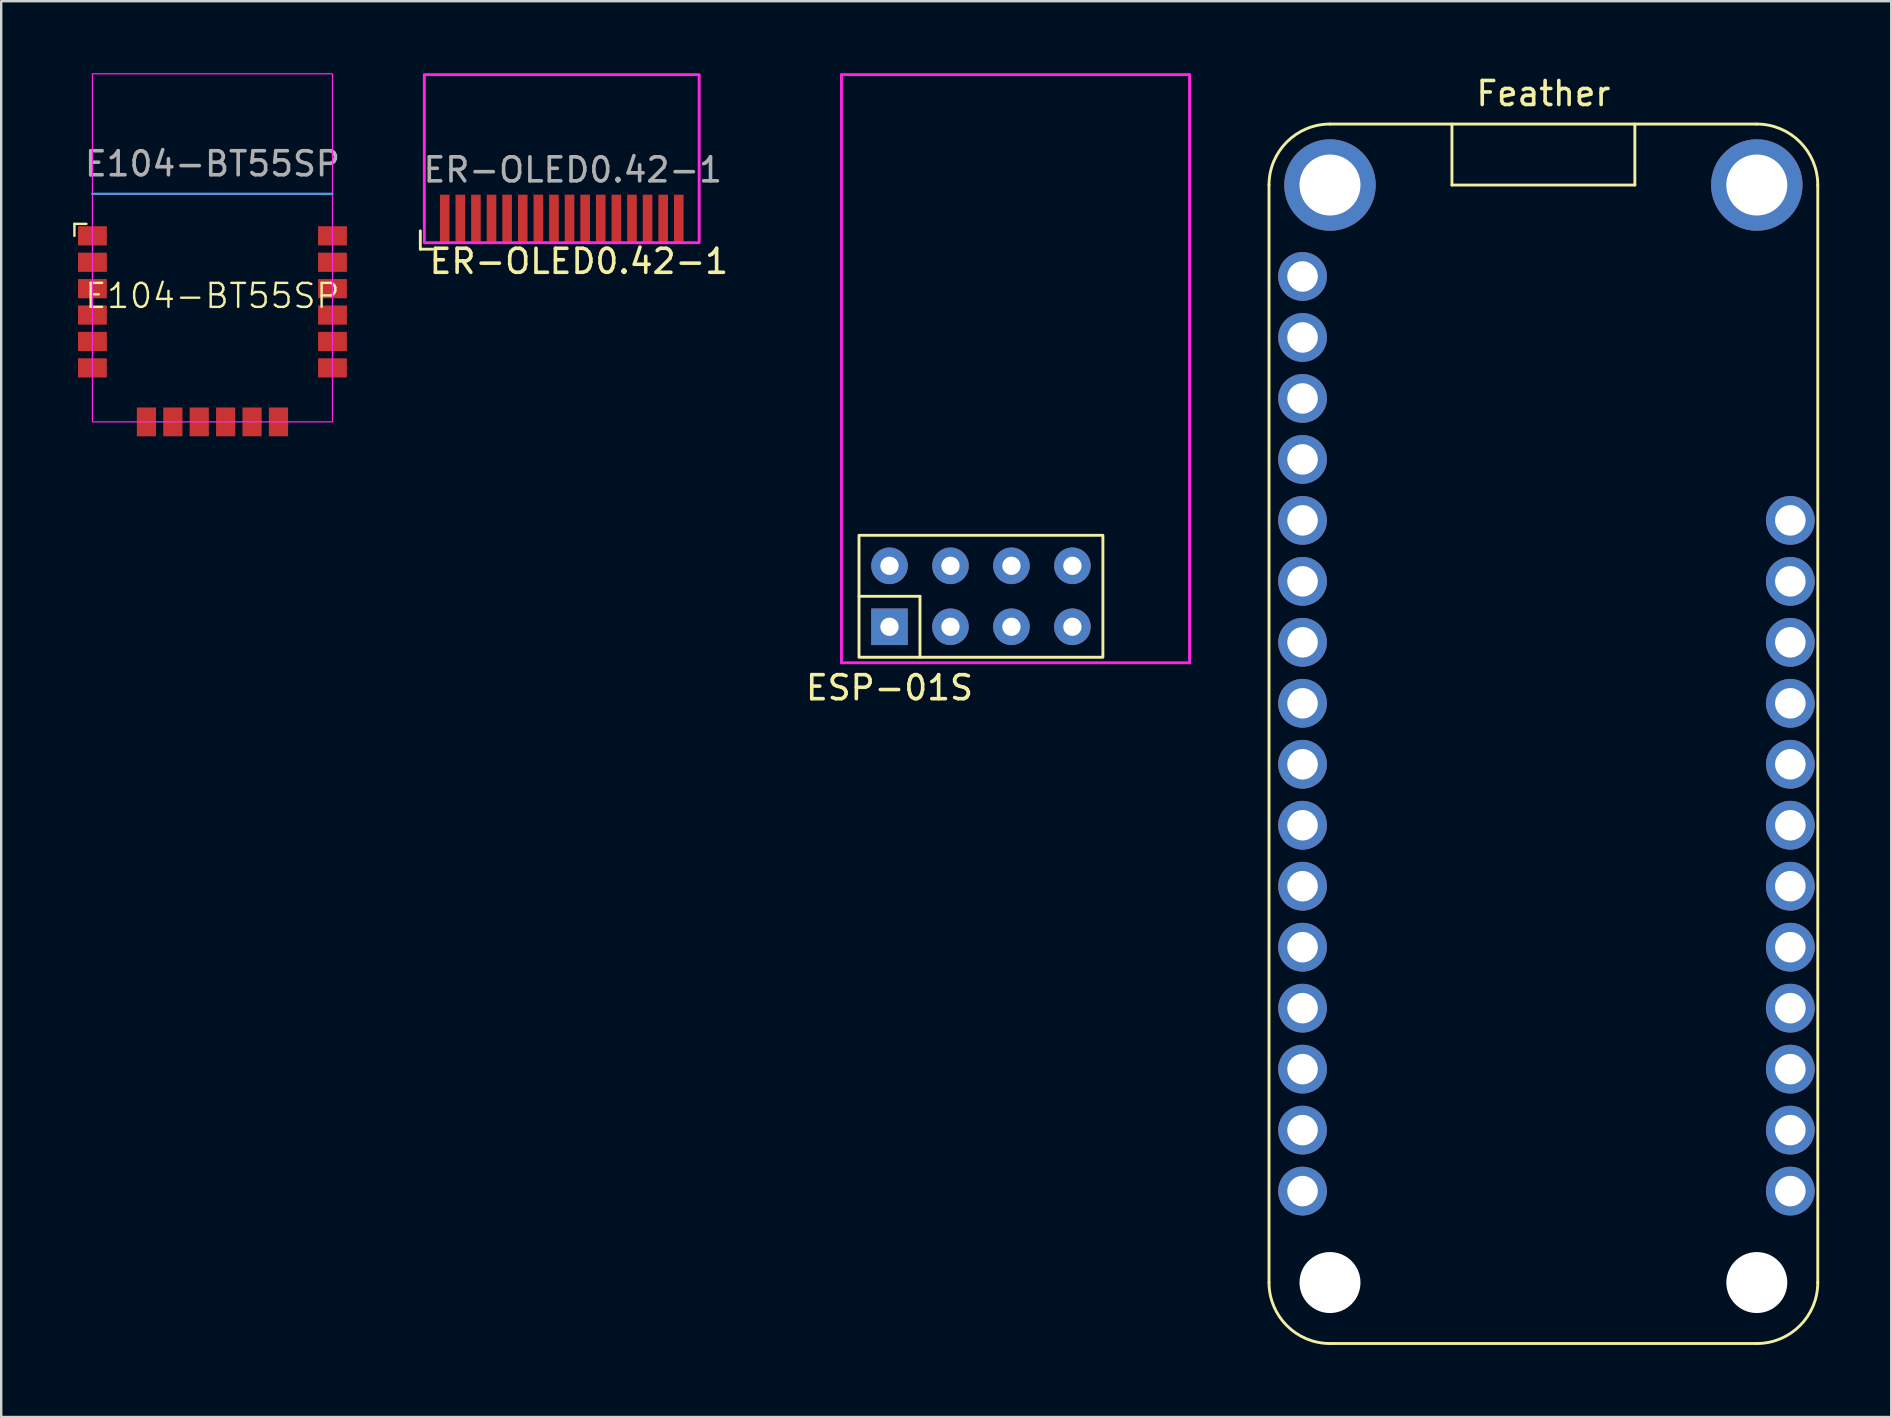
<source format=kicad_pcb>
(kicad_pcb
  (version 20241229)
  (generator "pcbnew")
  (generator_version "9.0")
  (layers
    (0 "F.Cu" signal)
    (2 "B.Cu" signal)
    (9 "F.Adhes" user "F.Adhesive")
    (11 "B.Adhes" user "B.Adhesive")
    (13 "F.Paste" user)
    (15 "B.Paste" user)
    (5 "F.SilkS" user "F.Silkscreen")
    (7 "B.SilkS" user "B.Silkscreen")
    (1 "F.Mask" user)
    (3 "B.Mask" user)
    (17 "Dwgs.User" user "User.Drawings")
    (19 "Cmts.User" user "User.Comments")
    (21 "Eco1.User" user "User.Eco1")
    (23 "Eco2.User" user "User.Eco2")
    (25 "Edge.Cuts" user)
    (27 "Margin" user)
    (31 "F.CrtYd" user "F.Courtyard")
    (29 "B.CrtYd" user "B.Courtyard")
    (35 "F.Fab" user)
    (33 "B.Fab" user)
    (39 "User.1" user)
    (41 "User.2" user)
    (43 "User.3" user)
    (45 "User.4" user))
  (footprint "E104-BT55SP"
    (layer "F.Cu")
    (at 0.8 14.525)
    (property "Reference" "E104-BT55SP" (at 5 -5.25 0) (unlocked yes) (layer "F.SilkS") (effects (font (size 1 1) (thickness 0.1))))
    (attr smd)
    (fp_line (start -0.75 -8.25) (end -0.25 -8.25) (stroke (width 0.1) (type default)) (layer "F.SilkS"))
    (fp_line (start -0.75 -7.75) (end -0.75 -8.25) (stroke (width 0.1) (type default)) (layer "F.SilkS"))
    (fp_line (start 0 -9.5) (end 10 -9.5) (stroke (width 0.1) (type default)) (layer "Cmts.User"))
    (fp_rect (start 0 -14.5) (end 10 0) (stroke (width 0.05) (type default)) (fill no) (layer "F.CrtYd"))
    (fp_text user "${REFERENCE}" (at 5 -10.75 0) (unlocked yes) (layer "F.Fab") (effects (font (size 1 1) (thickness 0.15))))
    (pad "1" smd rect (at 0 -7.75) (size 1.2 0.8) (layers "F.Cu" "F.Mask" "F.Paste"))
    (pad "2" smd rect (at 0 -6.65) (size 1.2 0.8) (layers "F.Cu" "F.Mask" "F.Paste"))
    (pad "3" smd rect (at 0 -5.55) (size 1.2 0.8) (layers "F.Cu" "F.Mask" "F.Paste"))
    (pad "4" smd rect (at 0 -4.45) (size 1.2 0.8) (layers "F.Cu" "F.Mask" "F.Paste"))
    (pad "5" smd rect (at 0 -3.35) (size 1.2 0.8) (layers "F.Cu" "F.Mask" "F.Paste"))
    (pad "6" smd rect (at 0 -2.25) (size 1.2 0.8) (layers "F.Cu" "F.Mask" "F.Paste"))
    (pad "7" smd rect (at 2.25 0 90) (size 1.2 0.8) (layers "F.Cu" "F.Mask" "F.Paste"))
    (pad "8" smd rect (at 3.35 0 90) (size 1.2 0.8) (layers "F.Cu" "F.Mask" "F.Paste"))
    (pad "9" smd rect (at 4.45 0 90) (size 1.2 0.8) (layers "F.Cu" "F.Mask" "F.Paste"))
    (pad "10" smd rect (at 5.55 0 90) (size 1.2 0.8) (layers "F.Cu" "F.Mask" "F.Paste"))
    (pad "11" smd rect (at 6.65 0 90) (size 1.2 0.8) (layers "F.Cu" "F.Mask" "F.Paste"))
    (pad "12" smd rect (at 7.75 0 90) (size 1.2 0.8) (layers "F.Cu" "F.Mask" "F.Paste"))
    (pad "13" smd rect (at 10 -2.25 180) (size 1.2 0.8) (layers "F.Cu" "F.Mask" "F.Paste"))
    (pad "14" smd rect (at 10 -3.35 180) (size 1.2 0.8) (layers "F.Cu" "F.Mask" "F.Paste"))
    (pad "15" smd rect (at 10 -4.45 180) (size 1.2 0.8) (layers "F.Cu" "F.Mask" "F.Paste"))
    (pad "16" smd rect (at 10 -5.55 180) (size 1.2 0.8) (layers "F.Cu" "F.Mask" "F.Paste"))
    (pad "17" smd rect (at 10 -6.65 180) (size 1.2 0.8) (layers "F.Cu" "F.Mask" "F.Paste"))
    (pad "18" smd rect (at 10 -7.75 180) (size 1.2 0.8) (layers "F.Cu" "F.Mask" "F.Paste")))
  (footprint "ESP-01S"
    (layer "F.Cu")
    (at 39.254 20.52)
    (property "Reference" "ESP-01S" (at -5.25 5.08 0) (unlocked yes) (layer "F.SilkS") (effects (font (size 1 1) (thickness 0.15))))
    (attr through_hole)
    (fp_line (start -6.52 1.27) (end -3.98 1.27) (stroke (width 0.12) (type solid)) (layer "F.SilkS"))
    (fp_line (start -3.98 1.27) (end -3.98 3.81) (stroke (width 0.12) (type solid)) (layer "F.SilkS"))
    (fp_rect (start -6.52 3.81) (end 3.64 -1.27) (stroke (width 0.12) (type solid)) (fill no) (layer "F.SilkS"))
    (fp_line (start -7.25 -20.46) (end 7.25 -20.46) (stroke (width 0.12) (type solid)) (layer "F.CrtYd"))
    (fp_line (start -7.25 4.04) (end -7.25 -20.46) (stroke (width 0.12) (type solid)) (layer "F.CrtYd"))
    (fp_line (start 7.25 -20.46) (end 7.25 4.04) (stroke (width 0.12) (type solid)) (layer "F.CrtYd"))
    (fp_line (start 7.25 4.04) (end -7.25 4.04) (stroke (width 0.12) (type solid)) (layer "F.CrtYd"))
    (pad "1" thru_hole rect (at -5.25 2.54) (size 1.524 1.524) (drill 0.762) (layers "*.Cu" "*.Mask"))
    (pad "2" thru_hole circle (at -5.25 0) (size 1.524 1.524) (drill 0.762) (layers "*.Cu" "*.Mask"))
    (pad "3" thru_hole circle (at -2.71 2.54) (size 1.524 1.524) (drill 0.762) (layers "*.Cu" "*.Mask"))
    (pad "4" thru_hole circle (at -2.71 0) (size 1.524 1.524) (drill 0.762) (layers "*.Cu" "*.Mask"))
    (pad "5" thru_hole circle (at -0.17 2.54) (size 1.524 1.524) (drill 0.762) (layers "*.Cu" "*.Mask"))
    (pad "6" thru_hole circle (at -0.17 0) (size 1.524 1.524) (drill 0.762) (layers "*.Cu" "*.Mask"))
    (pad "7" thru_hole circle (at 2.37 2.54) (size 1.524 1.524) (drill 0.762) (layers "*.Cu" "*.Mask"))
    (pad "8" thru_hole circle (at 2.37 0) (size 1.524 1.524) (drill 0.762) (layers "*.Cu" "*.Mask")))
  (footprint "Feather"
    (layer "F.Cu")
    (at 49.814 2.118)
    (property "Reference" "Feather" (at 11.43 -1.27 0) (layer "F.SilkS") (effects (font (size 1 1) (thickness 0.15))))
    (attr through_hole)
    (fp_line (start 0 2.54) (end 0 48.26) (stroke (width 0.12) (type solid)) (layer "F.SilkS"))
    (fp_line (start 2.54 50.8) (end 20.32 50.8) (stroke (width 0.12) (type solid)) (layer "F.SilkS"))
    (fp_line (start 7.62 0) (end 7.62 2.54) (stroke (width 0.12) (type solid)) (layer "F.SilkS"))
    (fp_line (start 7.62 2.54) (end 15.24 2.54) (stroke (width 0.12) (type solid)) (layer "F.SilkS"))
    (fp_line (start 15.24 2.54) (end 15.24 0) (stroke (width 0.12) (type solid)) (layer "F.SilkS"))
    (fp_line (start 20.32 0) (end 2.54 0) (stroke (width 0.12) (type solid)) (layer "F.SilkS"))
    (fp_line (start 22.86 48.26) (end 22.86 2.54) (stroke (width 0.12) (type solid)) (layer "F.SilkS"))
    (fp_arc (start 0 2.54) (mid 0.743949 0.743949) (end 2.54 0) (stroke (width 0.12) (type solid)) (layer "F.SilkS"))
    (fp_arc (start 2.54 50.8) (mid 0.743949 50.056051) (end 0 48.26) (stroke (width 0.12) (type solid)) (layer "F.SilkS"))
    (fp_arc (start 20.32 0) (mid 22.116051 0.743949) (end 22.86 2.54) (stroke (width 0.12) (type solid)) (layer "F.SilkS"))
    (fp_arc (start 22.86 48.26) (mid 22.116051 50.056051) (end 20.32 50.8) (stroke (width 0.12) (type solid)) (layer "F.SilkS"))
    (pad "" thru_hole circle (at 2.54 2.54) (size 3.81 3.81) (drill 2.54) (layers "*.Cu" "*.Mask"))
    (pad "" np_thru_hole circle (at 2.54 48.26) (size 2.54 2.54) (drill 2.54) (layers "*.Cu" "*.Mask"))
    (pad "" thru_hole circle (at 20.32 2.54) (size 3.81 3.81) (drill 2.54) (layers "*.Cu" "*.Mask"))
    (pad "" np_thru_hole circle (at 20.32 48.26) (size 2.54 2.54) (drill 2.54) (layers "*.Cu" "*.Mask"))
    (pad "1" thru_hole circle (at 1.397 6.35) (size 2.032 2.032) (drill 1.27) (layers "*.Cu" "*.Mask"))
    (pad "2" thru_hole circle (at 1.397 8.89) (size 2.032 2.032) (drill 1.27) (layers "*.Cu" "*.Mask"))
    (pad "3" thru_hole circle (at 1.397 11.43) (size 2.032 2.032) (drill 1.27) (layers "*.Cu" "*.Mask"))
    (pad "4" thru_hole circle (at 1.397 13.97) (size 2.032 2.032) (drill 1.27) (layers "*.Cu" "*.Mask"))
    (pad "5" thru_hole circle (at 1.397 16.51) (size 2.032 2.032) (drill 1.27) (layers "*.Cu" "*.Mask"))
    (pad "6" thru_hole circle (at 1.397 19.05) (size 2.032 2.032) (drill 1.27) (layers "*.Cu" "*.Mask"))
    (pad "7" thru_hole circle (at 1.397 21.59) (size 2.032 2.032) (drill 1.27) (layers "*.Cu" "*.Mask"))
    (pad "8" thru_hole circle (at 1.397 24.13) (size 2.032 2.032) (drill 1.27) (layers "*.Cu" "*.Mask"))
    (pad "9" thru_hole circle (at 1.397 26.67) (size 2.032 2.032) (drill 1.27) (layers "*.Cu" "*.Mask"))
    (pad "10" thru_hole circle (at 1.397 29.21) (size 2.032 2.032) (drill 1.27) (layers "*.Cu" "*.Mask"))
    (pad "11" thru_hole circle (at 1.397 31.75) (size 2.032 2.032) (drill 1.27) (layers "*.Cu" "*.Mask"))
    (pad "12" thru_hole circle (at 1.397 34.29) (size 2.032 2.032) (drill 1.27) (layers "*.Cu" "*.Mask"))
    (pad "13" thru_hole circle (at 1.397 36.83) (size 2.032 2.032) (drill 1.27) (layers "*.Cu" "*.Mask"))
    (pad "14" thru_hole circle (at 1.397 39.37) (size 2.032 2.032) (drill 1.27) (layers "*.Cu" "*.Mask"))
    (pad "15" thru_hole circle (at 1.397 41.91) (size 2.032 2.032) (drill 1.27) (layers "*.Cu" "*.Mask"))
    (pad "16" thru_hole circle (at 1.397 44.45) (size 2.032 2.032) (drill 1.27) (layers "*.Cu" "*.Mask"))
    (pad "17" thru_hole circle (at 21.717 44.45) (size 2.032 2.032) (drill 1.27) (layers "*.Cu" "*.Mask"))
    (pad "18" thru_hole circle (at 21.717 41.91) (size 2.032 2.032) (drill 1.27) (layers "*.Cu" "*.Mask"))
    (pad "19" thru_hole circle (at 21.717 39.37) (size 2.032 2.032) (drill 1.27) (layers "*.Cu" "*.Mask"))
    (pad "20" thru_hole circle (at 21.717 36.83) (size 2.032 2.032) (drill 1.27) (layers "*.Cu" "*.Mask"))
    (pad "21" thru_hole circle (at 21.717 34.29) (size 2.032 2.032) (drill 1.27) (layers "*.Cu" "*.Mask"))
    (pad "22" thru_hole circle (at 21.717 31.75) (size 2.032 2.032) (drill 1.27) (layers "*.Cu" "*.Mask"))
    (pad "23" thru_hole circle (at 21.717 29.21) (size 2.032 2.032) (drill 1.27) (layers "*.Cu" "*.Mask"))
    (pad "24" thru_hole circle (at 21.717 26.67) (size 2.032 2.032) (drill 1.27) (layers "*.Cu" "*.Mask"))
    (pad "25" thru_hole circle (at 21.717 24.13) (size 2.032 2.032) (drill 1.27) (layers "*.Cu" "*.Mask"))
    (pad "26" thru_hole circle (at 21.717 21.59) (size 2.032 2.032) (drill 1.27) (layers "*.Cu" "*.Mask"))
    (pad "27" thru_hole circle (at 21.717 19.05) (size 2.032 2.032) (drill 1.27) (layers "*.Cu" "*.Mask"))
    (pad "28" thru_hole circle (at 21.717 16.51) (size 2.032 2.032) (drill 1.27) (layers "*.Cu" "*.Mask")))
  (footprint "ER-OLED0.42-1"
    (layer "F.Cu")
    (at 14.726 7.06)
    (property "Reference" "ER-OLED0.42-1" (at 6.338 0.778 0) (unlocked yes) (layer "F.SilkS") (effects (font (size 1 1) (thickness 0.15))))
    (attr smd)
    (fp_line (start -0.266 -0.492) (end -0.266 0.27) (stroke (width 0.12) (type solid)) (layer "F.SilkS"))
    (fp_line (start -0.266 0.27) (end 0.242 0.27) (stroke (width 0.12) (type solid)) (layer "F.SilkS"))
    (fp_rect (start -0.1 0) (end 11.35 -7) (stroke (width 0.12) (type solid)) (fill no) (layer "F.CrtYd"))
    (fp_text user "${REFERENCE}" (at 6.084 -3.032 0) (unlocked yes) (layer "F.Fab") (effects (font (size 1 1) (thickness 0.15))))
    (pad "1" smd rect (at 0.75 -1) (size 0.4 2) (layers "F.Cu" "F.Mask" "F.Paste"))
    (pad "2" smd rect (at 1.4 -1) (size 0.4 2) (layers "F.Cu" "F.Mask" "F.Paste"))
    (pad "3" smd rect (at 2.05 -1) (size 0.4 2) (layers "F.Cu" "F.Mask" "F.Paste"))
    (pad "4" smd rect (at 2.7 -1) (size 0.4 2) (layers "F.Cu" "F.Mask" "F.Paste"))
    (pad "5" smd rect (at 3.35 -1) (size 0.4 2) (layers "F.Cu" "F.Mask" "F.Paste"))
    (pad "6" smd rect (at 4 -1) (size 0.4 2) (layers "F.Cu" "F.Mask" "F.Paste"))
    (pad "7" smd rect (at 4.65 -1) (size 0.4 2) (layers "F.Cu" "F.Mask" "F.Paste"))
    (pad "8" smd rect (at 5.3 -1) (size 0.4 2) (layers "F.Cu" "F.Mask" "F.Paste"))
    (pad "9" smd rect (at 5.95 -1) (size 0.4 2) (layers "F.Cu" "F.Mask" "F.Paste"))
    (pad "10" smd rect (at 6.6 -1) (size 0.4 2) (layers "F.Cu" "F.Mask" "F.Paste"))
    (pad "11" smd rect (at 7.25 -1) (size 0.4 2) (layers "F.Cu" "F.Mask" "F.Paste"))
    (pad "12" smd rect (at 7.9 -1) (size 0.4 2) (layers "F.Cu" "F.Mask" "F.Paste"))
    (pad "13" smd rect (at 8.55 -1) (size 0.4 2) (layers "F.Cu" "F.Mask" "F.Paste"))
    (pad "14" smd rect (at 9.2 -1) (size 0.4 2) (layers "F.Cu" "F.Mask" "F.Paste"))
    (pad "15" smd rect (at 9.85 -1) (size 0.4 2) (layers "F.Cu" "F.Mask" "F.Paste"))
    (pad "16" smd rect (at 10.5 -1) (size 0.4 2) (layers "F.Cu" "F.Mask" "F.Paste")))
  (gr_rect
    (start -3 -3)
    (end 75.734 55.978)
    (stroke (width 0.1) (type default))
    (fill no)
    (layer "Edge.Cuts")))
</source>
